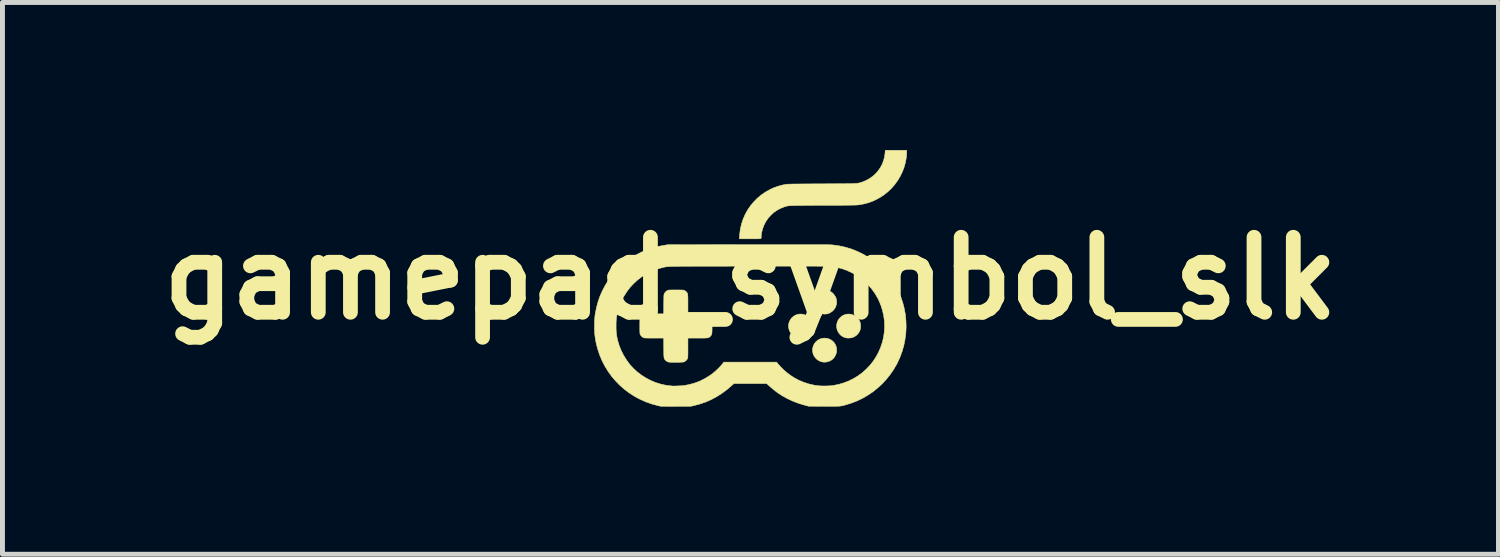
<source format=kicad_pcb>
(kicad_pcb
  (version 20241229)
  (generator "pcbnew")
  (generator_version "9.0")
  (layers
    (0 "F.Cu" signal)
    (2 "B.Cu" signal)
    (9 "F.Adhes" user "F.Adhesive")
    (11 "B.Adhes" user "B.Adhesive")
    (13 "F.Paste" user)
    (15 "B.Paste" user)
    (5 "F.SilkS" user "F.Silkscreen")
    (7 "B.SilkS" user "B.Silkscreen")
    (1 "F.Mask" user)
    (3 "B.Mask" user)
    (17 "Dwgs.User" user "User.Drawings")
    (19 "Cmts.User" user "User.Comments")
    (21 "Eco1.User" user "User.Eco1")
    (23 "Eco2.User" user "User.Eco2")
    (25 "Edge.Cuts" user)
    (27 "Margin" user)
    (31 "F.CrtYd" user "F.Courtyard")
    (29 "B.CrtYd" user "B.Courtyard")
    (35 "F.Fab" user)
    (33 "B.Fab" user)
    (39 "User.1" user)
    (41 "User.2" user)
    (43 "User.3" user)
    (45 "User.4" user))
  (footprint "gamepad_symbol_slk"
    (layer "F.Cu")
    (at 12.199 2.606)
    (property "Reference" "gamepad_symbol_slk" (at 0 0 0) (layer "F.SilkS") (effects (font (size 1.524 1.524) (thickness 0.3))))
    (attr through_hole)
    (fp_poly (pts (xy 1.555 1.219) (xy 1.6 1.232) (xy 1.64 1.252) (xy 1.675 1.279) (xy 1.704 1.311) (xy 1.726 1.347) (xy 1.742 1.387) (xy 1.751 1.43) (xy 1.752 1.473) (xy 1.745 1.518) (xy 1.729 1.561) (xy 1.705 1.604) (xy 1.696 1.615) (xy 1.665 1.647) (xy 1.627 1.672) (xy 1.584 1.69) (xy 1.539 1.701) (xy 1.493 1.703) (xy 1.473 1.701) (xy 1.427 1.69) (xy 1.384 1.67) (xy 1.347 1.643) (xy 1.315 1.61) (xy 1.29 1.572) (xy 1.272 1.53) (xy 1.263 1.485) (xy 1.262 1.438) (xy 1.264 1.422) (xy 1.277 1.374) (xy 1.298 1.33) (xy 1.326 1.293) (xy 1.361 1.261) (xy 1.401 1.237) (xy 1.446 1.221) (xy 1.494 1.214) (xy 1.506 1.214) (xy 1.555 1.219)) (stroke (width 0.01) (type solid)) (fill yes) (layer "F.SilkS"))
    (fp_poly (pts (xy 1.088 0.735) (xy 1.126 0.749) (xy 1.166 0.774) (xy 1.201 0.806) (xy 1.229 0.844) (xy 1.249 0.885) (xy 1.261 0.93) (xy 1.265 0.976) (xy 1.259 1.022) (xy 1.257 1.028) (xy 1.24 1.074) (xy 1.215 1.115) (xy 1.183 1.151) (xy 1.145 1.18) (xy 1.103 1.201) (xy 1.092 1.204) (xy 1.059 1.211) (xy 1.022 1.214) (xy 0.984 1.212) (xy 0.95 1.206) (xy 0.944 1.204) (xy 0.901 1.186) (xy 0.863 1.159) (xy 0.83 1.126) (xy 0.804 1.087) (xy 0.786 1.045) (xy 0.775 1) (xy 0.773 0.955) (xy 0.776 0.932) (xy 0.789 0.884) (xy 0.81 0.842) (xy 0.837 0.805) (xy 0.871 0.775) (xy 0.909 0.751) (xy 0.951 0.734) (xy 0.995 0.726) (xy 1.041 0.726) (xy 1.088 0.735)) (stroke (width 0.01) (type solid)) (fill yes) (layer "F.SilkS"))
    (fp_poly (pts (xy 1.533 0.237) (xy 1.551 0.24) (xy 1.597 0.253) (xy 1.637 0.273) (xy 1.672 0.301) (xy 1.679 0.307) (xy 1.711 0.347) (xy 1.735 0.389) (xy 1.748 0.435) (xy 1.753 0.482) (xy 1.747 0.53) (xy 1.732 0.577) (xy 1.721 0.6) (xy 1.698 0.634) (xy 1.668 0.665) (xy 1.632 0.691) (xy 1.594 0.711) (xy 1.563 0.721) (xy 1.536 0.725) (xy 1.504 0.726) (xy 1.472 0.724) (xy 1.444 0.719) (xy 1.438 0.717) (xy 1.402 0.703) (xy 1.372 0.686) (xy 1.344 0.664) (xy 1.333 0.653) (xy 1.302 0.616) (xy 1.28 0.573) (xy 1.266 0.528) (xy 1.261 0.481) (xy 1.265 0.442) (xy 1.278 0.395) (xy 1.299 0.353) (xy 1.327 0.316) (xy 1.361 0.285) (xy 1.399 0.261) (xy 1.442 0.245) (xy 1.487 0.236) (xy 1.533 0.237)) (stroke (width 0.01) (type solid)) (fill yes) (layer "F.SilkS"))
    (fp_poly (pts (xy 2.027 0.727) (xy 2.07 0.736) (xy 2.112 0.754) (xy 2.15 0.779) (xy 2.184 0.812) (xy 2.201 0.835) (xy 2.222 0.876) (xy 2.235 0.918) (xy 2.24 0.963) (xy 2.239 0.982) (xy 2.234 1.025) (xy 2.224 1.061) (xy 2.206 1.096) (xy 2.19 1.119) (xy 2.16 1.152) (xy 2.123 1.179) (xy 2.082 1.199) (xy 2.069 1.204) (xy 2.038 1.21) (xy 2.003 1.213) (xy 1.967 1.213) (xy 1.936 1.208) (xy 1.93 1.207) (xy 1.885 1.189) (xy 1.846 1.165) (xy 1.813 1.134) (xy 1.787 1.098) (xy 1.767 1.058) (xy 1.755 1.016) (xy 1.751 0.972) (xy 1.754 0.928) (xy 1.766 0.884) (xy 1.786 0.842) (xy 1.816 0.804) (xy 1.818 0.802) (xy 1.854 0.77) (xy 1.894 0.747) (xy 1.937 0.732) (xy 1.982 0.725) (xy 2.027 0.727)) (stroke (width 0.01) (type solid)) (fill yes) (layer "F.SilkS"))
    (fp_poly (pts (xy 3.175 -2.561) (xy 3.173 -2.51) (xy 3.167 -2.454) (xy 3.157 -2.394) (xy 3.144 -2.334) (xy 3.128 -2.277) (xy 3.124 -2.262) (xy 3.087 -2.164) (xy 3.041 -2.07) (xy 2.987 -1.981) (xy 2.926 -1.898) (xy 2.857 -1.82) (xy 2.781 -1.75) (xy 2.699 -1.686) (xy 2.611 -1.631) (xy 2.518 -1.583) (xy 2.482 -1.568) (xy 2.438 -1.551) (xy 2.397 -1.537) (xy 2.355 -1.525) (xy 2.312 -1.514) (xy 2.262 -1.504) (xy 2.215 -1.495) (xy 2.207 -1.494) (xy 2.198 -1.493) (xy 2.187 -1.492) (xy 2.173 -1.491) (xy 2.157 -1.49) (xy 2.137 -1.489) (xy 2.112 -1.489) (xy 2.084 -1.488) (xy 2.05 -1.487) (xy 2.01 -1.487) (xy 1.965 -1.486) (xy 1.912 -1.486) (xy 1.853 -1.485) (xy 1.785 -1.485) (xy 1.71 -1.485) (xy 1.625 -1.484) (xy 1.531 -1.484) (xy 1.481 -1.483) (xy 1.382 -1.483) (xy 1.293 -1.483) (xy 1.213 -1.482) (xy 1.141 -1.482) (xy 1.078 -1.481) (xy 1.021 -1.481) (xy 0.972 -1.48) (xy 0.929 -1.48) (xy 0.892 -1.479) (xy 0.86 -1.478) (xy 0.832 -1.477) (xy 0.809 -1.476) (xy 0.789 -1.475) (xy 0.772 -1.473) (xy 0.757 -1.471) (xy 0.745 -1.469) (xy 0.734 -1.466) (xy 0.723 -1.464) (xy 0.713 -1.46) (xy 0.702 -1.457) (xy 0.691 -1.453) (xy 0.681 -1.45) (xy 0.605 -1.419) (xy 0.534 -1.38) (xy 0.468 -1.333) (xy 0.409 -1.278) (xy 0.356 -1.217) (xy 0.311 -1.15) (xy 0.274 -1.078) (xy 0.252 -1.02) (xy 0.239 -0.976) (xy 0.228 -0.931) (xy 0.221 -0.889) (xy 0.218 -0.853) (xy 0.218 -0.848) (xy 0.219 -0.837) (xy 0.219 -0.828) (xy 0.218 -0.821) (xy 0.216 -0.815) (xy 0.211 -0.811) (xy 0.202 -0.807) (xy 0.189 -0.805) (xy 0.171 -0.804) (xy 0.147 -0.803) (xy 0.115 -0.803) (xy 0.076 -0.803) (xy 0.028 -0.803) (xy -0.006 -0.803) (xy -0.224 -0.803) (xy -0.224 -0.824) (xy -0.223 -0.838) (xy -0.222 -0.859) (xy -0.22 -0.884) (xy -0.218 -0.904) (xy -0.204 -1.009) (xy -0.18 -1.11) (xy -0.147 -1.209) (xy -0.105 -1.303) (xy -0.055 -1.393) (xy 0.003 -1.477) (xy 0.069 -1.556) (xy 0.141 -1.629) (xy 0.22 -1.695) (xy 0.306 -1.754) (xy 0.397 -1.805) (xy 0.465 -1.837) (xy 0.521 -1.858) (xy 0.583 -1.878) (xy 0.647 -1.895) (xy 0.699 -1.906) (xy 0.707 -1.908) (xy 0.715 -1.909) (xy 0.723 -1.91) (xy 0.733 -1.911) (xy 0.744 -1.912) (xy 0.757 -1.913) (xy 0.774 -1.914) (xy 0.793 -1.915) (xy 0.816 -1.915) (xy 0.843 -1.916) (xy 0.875 -1.917) (xy 0.913 -1.917) (xy 0.957 -1.917) (xy 1.007 -1.918) (xy 1.064 -1.918) (xy 1.129 -1.919) (xy 1.202 -1.919) (xy 1.283 -1.92) (xy 1.374 -1.92) (xy 1.445 -1.92) (xy 1.545 -1.921) (xy 1.636 -1.921) (xy 1.717 -1.922) (xy 1.79 -1.922) (xy 1.855 -1.923) (xy 1.912 -1.923) (xy 1.963 -1.924) (xy 2.007 -1.924) (xy 2.046 -1.925) (xy 2.079 -1.926) (xy 2.108 -1.927) (xy 2.132 -1.929) (xy 2.154 -1.93) (xy 2.172 -1.932) (xy 2.187 -1.934) (xy 2.201 -1.936) (xy 2.214 -1.939) (xy 2.226 -1.942) (xy 2.237 -1.946) (xy 2.249 -1.95) (xy 2.262 -1.954) (xy 2.274 -1.958) (xy 2.35 -1.989) (xy 2.42 -2.028) (xy 2.485 -2.074) (xy 2.544 -2.127) (xy 2.596 -2.187) (xy 2.641 -2.252) (xy 2.678 -2.322) (xy 2.706 -2.397) (xy 2.726 -2.474) (xy 2.736 -2.552) (xy 2.74 -2.601) (xy 3.175 -2.601) (xy 3.175 -2.561)) (stroke (width 0.01) (type solid)) (fill yes) (layer "F.SilkS"))
    (fp_poly (pts (xy -1.47 0.236) (xy -1.435 0.236) (xy -1.408 0.237) (xy -1.387 0.237) (xy -1.372 0.238) (xy -1.361 0.239) (xy -1.352 0.241) (xy -1.346 0.244) (xy -1.34 0.247) (xy -1.339 0.247) (xy -1.321 0.258) (xy -1.305 0.272) (xy -1.302 0.275) (xy -1.294 0.283) (xy -1.288 0.291) (xy -1.283 0.3) (xy -1.279 0.31) (xy -1.276 0.322) (xy -1.273 0.339) (xy -1.272 0.36) (xy -1.271 0.386) (xy -1.27 0.42) (xy -1.27 0.462) (xy -1.27 0.512) (xy -1.27 0.525) (xy -1.27 0.721) (xy -1.073 0.722) (xy -1.023 0.723) (xy -0.982 0.723) (xy -0.949 0.724) (xy -0.923 0.724) (xy -0.903 0.725) (xy -0.888 0.726) (xy -0.877 0.727) (xy -0.868 0.729) (xy -0.861 0.731) (xy -0.855 0.734) (xy -0.853 0.735) (xy -0.83 0.75) (xy -0.808 0.771) (xy -0.792 0.794) (xy -0.787 0.806) (xy -0.785 0.815) (xy -0.783 0.828) (xy -0.782 0.848) (xy -0.781 0.874) (xy -0.78 0.907) (xy -0.78 0.95) (xy -0.78 0.97) (xy -0.78 1.018) (xy -0.78 1.056) (xy -0.781 1.087) (xy -0.783 1.111) (xy -0.786 1.13) (xy -0.791 1.144) (xy -0.796 1.156) (xy -0.804 1.166) (xy -0.813 1.176) (xy -0.819 1.181) (xy -0.828 1.189) (xy -0.836 1.196) (xy -0.844 1.201) (xy -0.854 1.205) (xy -0.866 1.208) (xy -0.882 1.211) (xy -0.901 1.212) (xy -0.927 1.213) (xy -0.959 1.214) (xy -0.999 1.214) (xy -1.047 1.214) (xy -1.072 1.214) (xy -1.27 1.214) (xy -1.27 1.412) (xy -1.27 1.465) (xy -1.27 1.509) (xy -1.271 1.544) (xy -1.271 1.572) (xy -1.272 1.594) (xy -1.273 1.609) (xy -1.275 1.62) (xy -1.277 1.627) (xy -1.277 1.627) (xy -1.292 1.653) (xy -1.314 1.675) (xy -1.34 1.692) (xy -1.34 1.693) (xy -1.348 1.696) (xy -1.355 1.699) (xy -1.364 1.701) (xy -1.375 1.702) (xy -1.39 1.703) (xy -1.411 1.704) (xy -1.438 1.705) (xy -1.472 1.705) (xy -1.504 1.705) (xy -1.541 1.705) (xy -1.577 1.705) (xy -1.608 1.705) (xy -1.634 1.704) (xy -1.652 1.703) (xy -1.663 1.702) (xy -1.691 1.691) (xy -1.715 1.675) (xy -1.726 1.665) (xy -1.734 1.657) (xy -1.741 1.648) (xy -1.746 1.64) (xy -1.751 1.63) (xy -1.754 1.617) (xy -1.757 1.601) (xy -1.759 1.58) (xy -1.76 1.553) (xy -1.761 1.52) (xy -1.761 1.479) (xy -1.762 1.429) (xy -1.762 1.411) (xy -1.763 1.214) (xy -1.959 1.214) (xy -2.011 1.214) (xy -2.055 1.214) (xy -2.09 1.213) (xy -2.117 1.213) (xy -2.138 1.212) (xy -2.153 1.211) (xy -2.164 1.209) (xy -2.171 1.207) (xy -2.171 1.207) (xy -2.194 1.194) (xy -2.216 1.174) (xy -2.234 1.151) (xy -2.237 1.146) (xy -2.24 1.14) (xy -2.242 1.133) (xy -2.244 1.125) (xy -2.246 1.115) (xy -2.247 1.101) (xy -2.247 1.081) (xy -2.248 1.056) (xy -2.248 1.022) (xy -2.248 0.981) (xy -2.248 0.97) (xy -2.248 0.926) (xy -2.248 0.891) (xy -2.247 0.864) (xy -2.247 0.844) (xy -2.246 0.828) (xy -2.245 0.817) (xy -2.243 0.809) (xy -2.241 0.802) (xy -2.238 0.796) (xy -2.237 0.795) (xy -2.217 0.768) (xy -2.192 0.745) (xy -2.172 0.733) (xy -2.166 0.731) (xy -2.158 0.729) (xy -2.148 0.727) (xy -2.135 0.726) (xy -2.118 0.725) (xy -2.095 0.724) (xy -2.065 0.724) (xy -2.028 0.723) (xy -1.982 0.723) (xy -1.957 0.722) (xy -1.763 0.721) (xy -1.762 0.527) (xy -1.761 0.477) (xy -1.761 0.435) (xy -1.76 0.402) (xy -1.76 0.376) (xy -1.759 0.356) (xy -1.758 0.341) (xy -1.756 0.33) (xy -1.754 0.322) (xy -1.752 0.315) (xy -1.751 0.312) (xy -1.734 0.285) (xy -1.71 0.261) (xy -1.689 0.247) (xy -1.683 0.244) (xy -1.677 0.242) (xy -1.669 0.24) (xy -1.658 0.238) (xy -1.644 0.237) (xy -1.624 0.237) (xy -1.598 0.236) (xy -1.565 0.236) (xy -1.522 0.236) (xy -1.514 0.236) (xy -1.47 0.236)) (stroke (width 0.01) (type solid)) (fill yes) (layer "F.SilkS"))
    (fp_poly (pts (xy 0.941 -0.685) (xy 1.027 -0.685) (xy 1.105 -0.685) (xy 1.177 -0.685) (xy 1.242 -0.685) (xy 1.301 -0.685) (xy 1.354 -0.685) (xy 1.402 -0.684) (xy 1.445 -0.684) (xy 1.483 -0.684) (xy 1.516 -0.683) (xy 1.545 -0.683) (xy 1.571 -0.683) (xy 1.593 -0.682) (xy 1.612 -0.682) (xy 1.629 -0.681) (xy 1.643 -0.681) (xy 1.654 -0.68) (xy 1.665 -0.679) (xy 1.673 -0.679) (xy 1.676 -0.678) (xy 1.804 -0.66) (xy 1.929 -0.633) (xy 2.051 -0.596) (xy 2.17 -0.549) (xy 2.284 -0.494) (xy 2.394 -0.43) (xy 2.498 -0.358) (xy 2.598 -0.278) (xy 2.691 -0.189) (xy 2.778 -0.093) (xy 2.805 -0.061) (xy 2.881 0.042) (xy 2.947 0.149) (xy 3.006 0.261) (xy 3.055 0.376) (xy 3.095 0.494) (xy 3.126 0.615) (xy 3.148 0.737) (xy 3.16 0.861) (xy 3.164 0.986) (xy 3.158 1.111) (xy 3.142 1.235) (xy 3.118 1.359) (xy 3.083 1.482) (xy 3.039 1.602) (xy 3.03 1.623) (xy 2.976 1.738) (xy 2.912 1.848) (xy 2.841 1.952) (xy 2.762 2.051) (xy 2.677 2.143) (xy 2.584 2.228) (xy 2.486 2.307) (xy 2.381 2.377) (xy 2.272 2.44) (xy 2.158 2.494) (xy 2.039 2.539) (xy 1.948 2.567) (xy 1.923 2.574) (xy 1.902 2.58) (xy 1.882 2.585) (xy 1.864 2.589) (xy 1.846 2.592) (xy 1.827 2.595) (xy 1.806 2.597) (xy 1.782 2.598) (xy 1.755 2.599) (xy 1.722 2.6) (xy 1.684 2.6) (xy 1.64 2.6) (xy 1.588 2.6) (xy 1.527 2.6) (xy 1.491 2.6) (xy 1.181 2.598) (xy 1.108 2.579) (xy 0.981 2.541) (xy 0.86 2.495) (xy 0.747 2.442) (xy 0.639 2.382) (xy 0.572 2.338) (xy 0.539 2.314) (xy 0.502 2.286) (xy 0.464 2.256) (xy 0.427 2.225) (xy 0.393 2.196) (xy 0.372 2.177) (xy 0.331 2.139) (xy -0.337 2.139) (xy -0.375 2.173) (xy -0.476 2.26) (xy -0.58 2.336) (xy -0.685 2.404) (xy -0.793 2.462) (xy -0.904 2.511) (xy -1.019 2.551) (xy -1.138 2.583) (xy -1.16 2.588) (xy -1.219 2.601) (xy -1.52 2.601) (xy -1.821 2.6) (xy -1.877 2.587) (xy -2.002 2.554) (xy -2.124 2.511) (xy -2.24 2.459) (xy -2.352 2.4) (xy -2.458 2.332) (xy -2.558 2.257) (xy -2.652 2.175) (xy -2.74 2.085) (xy -2.821 1.99) (xy -2.894 1.888) (xy -2.96 1.781) (xy -3.018 1.668) (xy -3.067 1.55) (xy -3.107 1.427) (xy -3.109 1.421) (xy -3.136 1.314) (xy -3.155 1.204) (xy -3.163 1.143) (xy -3.166 1.099) (xy -3.168 1.049) (xy -3.169 0.993) (xy -3.169 0.968) (xy -2.73 0.968) (xy -2.73 1.022) (xy -2.728 1.068) (xy -2.725 1.11) (xy -2.72 1.15) (xy -2.713 1.191) (xy -2.704 1.235) (xy -2.697 1.265) (xy -2.668 1.363) (xy -2.629 1.46) (xy -2.582 1.555) (xy -2.527 1.646) (xy -2.465 1.732) (xy -2.442 1.76) (xy -2.371 1.837) (xy -2.293 1.907) (xy -2.208 1.971) (xy -2.118 2.028) (xy -2.024 2.076) (xy -1.927 2.117) (xy -1.827 2.148) (xy -1.725 2.171) (xy -1.666 2.179) (xy -1.643 2.182) (xy -1.621 2.184) (xy -1.605 2.186) (xy -1.6 2.187) (xy -1.583 2.188) (xy -1.558 2.188) (xy -1.527 2.188) (xy -1.492 2.187) (xy -1.456 2.185) (xy -1.42 2.184) (xy -1.388 2.181) (xy -1.36 2.179) (xy -1.341 2.177) (xy -1.231 2.155) (xy -1.126 2.125) (xy -1.024 2.086) (xy -0.927 2.037) (xy -0.832 1.979) (xy -0.775 1.939) (xy -0.744 1.914) (xy -0.71 1.884) (xy -0.675 1.852) (xy -0.641 1.818) (xy -0.609 1.785) (xy -0.582 1.755) (xy -0.566 1.736) (xy -0.541 1.702) (xy 0.531 1.702) (xy 0.569 1.748) (xy 0.623 1.808) (xy 0.684 1.868) (xy 0.752 1.925) (xy 0.822 1.977) (xy 0.89 2.021) (xy 0.984 2.071) (xy 1.083 2.112) (xy 1.188 2.146) (xy 1.297 2.171) (xy 1.356 2.18) (xy 1.388 2.183) (xy 1.428 2.186) (xy 1.473 2.187) (xy 1.52 2.187) (xy 1.567 2.186) (xy 1.612 2.184) (xy 1.651 2.181) (xy 1.679 2.177) (xy 1.788 2.156) (xy 1.893 2.125) (xy 1.995 2.086) (xy 2.092 2.038) (xy 2.185 1.982) (xy 2.272 1.918) (xy 2.353 1.846) (xy 2.427 1.768) (xy 2.495 1.683) (xy 2.554 1.592) (xy 2.603 1.501) (xy 2.647 1.399) (xy 2.682 1.294) (xy 2.706 1.188) (xy 2.721 1.081) (xy 2.726 0.973) (xy 2.722 0.865) (xy 2.707 0.757) (xy 2.683 0.651) (xy 2.65 0.547) (xy 2.607 0.444) (xy 2.586 0.403) (xy 2.531 0.308) (xy 2.468 0.22) (xy 2.398 0.138) (xy 2.321 0.063) (xy 2.238 -0.005) (xy 2.149 -0.066) (xy 2.055 -0.118) (xy 1.957 -0.162) (xy 1.856 -0.198) (xy 1.751 -0.224) (xy 1.643 -0.241) (xy 1.615 -0.244) (xy 1.605 -0.244) (xy 1.589 -0.245) (xy 1.568 -0.245) (xy 1.54 -0.246) (xy 1.506 -0.246) (xy 1.466 -0.247) (xy 1.419 -0.247) (xy 1.365 -0.247) (xy 1.303 -0.248) (xy 1.234 -0.248) (xy 1.158 -0.248) (xy 1.073 -0.248) (xy 0.981 -0.248) (xy 0.88 -0.248) (xy 0.77 -0.248) (xy 0.652 -0.248) (xy 0.524 -0.248) (xy 0.387 -0.248) (xy 0.241 -0.248) (xy 0.085 -0.248) (xy -0.046 -0.248) (xy -0.198 -0.248) (xy -0.341 -0.248) (xy -0.475 -0.247) (xy -0.599 -0.247) (xy -0.714 -0.247) (xy -0.822 -0.247) (xy -0.921 -0.247) (xy -1.012 -0.247) (xy -1.096 -0.247) (xy -1.173 -0.246) (xy -1.243 -0.246) (xy -1.307 -0.246) (xy -1.365 -0.245) (xy -1.417 -0.245) (xy -1.464 -0.244) (xy -1.506 -0.244) (xy -1.544 -0.243) (xy -1.577 -0.242) (xy -1.607 -0.241) (xy -1.633 -0.24) (xy -1.655 -0.239) (xy -1.675 -0.238) (xy -1.693 -0.236) (xy -1.708 -0.235) (xy -1.721 -0.233) (xy -1.733 -0.231) (xy -1.744 -0.229) (xy -1.754 -0.227) (xy -1.764 -0.225) (xy -1.774 -0.222) (xy -1.784 -0.219) (xy -1.794 -0.217) (xy -1.806 -0.213) (xy -1.817 -0.211) (xy -1.921 -0.179) (xy -2.022 -0.138) (xy -2.117 -0.089) (xy -2.208 -0.032) (xy -2.293 0.033) (xy -2.372 0.105) (xy -2.445 0.183) (xy -2.51 0.268) (xy -2.568 0.358) (xy -2.618 0.454) (xy -2.66 0.554) (xy -2.692 0.658) (xy -2.695 0.667) (xy -2.706 0.715) (xy -2.715 0.757) (xy -2.722 0.797) (xy -2.726 0.838) (xy -2.729 0.882) (xy -2.73 0.932) (xy -2.73 0.968) (xy -3.169 0.968) (xy -3.169 0.936) (xy -3.168 0.88) (xy -3.165 0.826) (xy -3.161 0.777) (xy -3.156 0.736) (xy -3.156 0.734) (xy -3.131 0.605) (xy -3.099 0.482) (xy -3.058 0.364) (xy -3.008 0.25) (xy -2.949 0.139) (xy -2.88 0.031) (xy -2.816 -0.056) (xy -2.791 -0.087) (xy -2.76 -0.122) (xy -2.724 -0.16) (xy -2.685 -0.2) (xy -2.646 -0.238) (xy -2.608 -0.274) (xy -2.572 -0.306) (xy -2.541 -0.331) (xy -2.54 -0.332) (xy -2.436 -0.407) (xy -2.331 -0.472) (xy -2.223 -0.529) (xy -2.112 -0.576) (xy -1.997 -0.616) (xy -1.875 -0.648) (xy -1.749 -0.672) (xy -1.679 -0.683) (xy -0.041 -0.685) (xy 0.114 -0.685) (xy 0.259 -0.685) (xy 0.394 -0.685) (xy 0.521 -0.685) (xy 0.638 -0.685) (xy 0.747 -0.685) (xy 0.848 -0.685) (xy 0.941 -0.685)) (stroke (width 0.01) (type solid)) (fill yes) (layer "F.SilkS")))
  (gr_rect
    (start -3 -3)
    (end 27.399 8.212)
    (stroke (width 0.1) (type default))
    (fill no)
    (layer "Edge.Cuts")))
</source>
